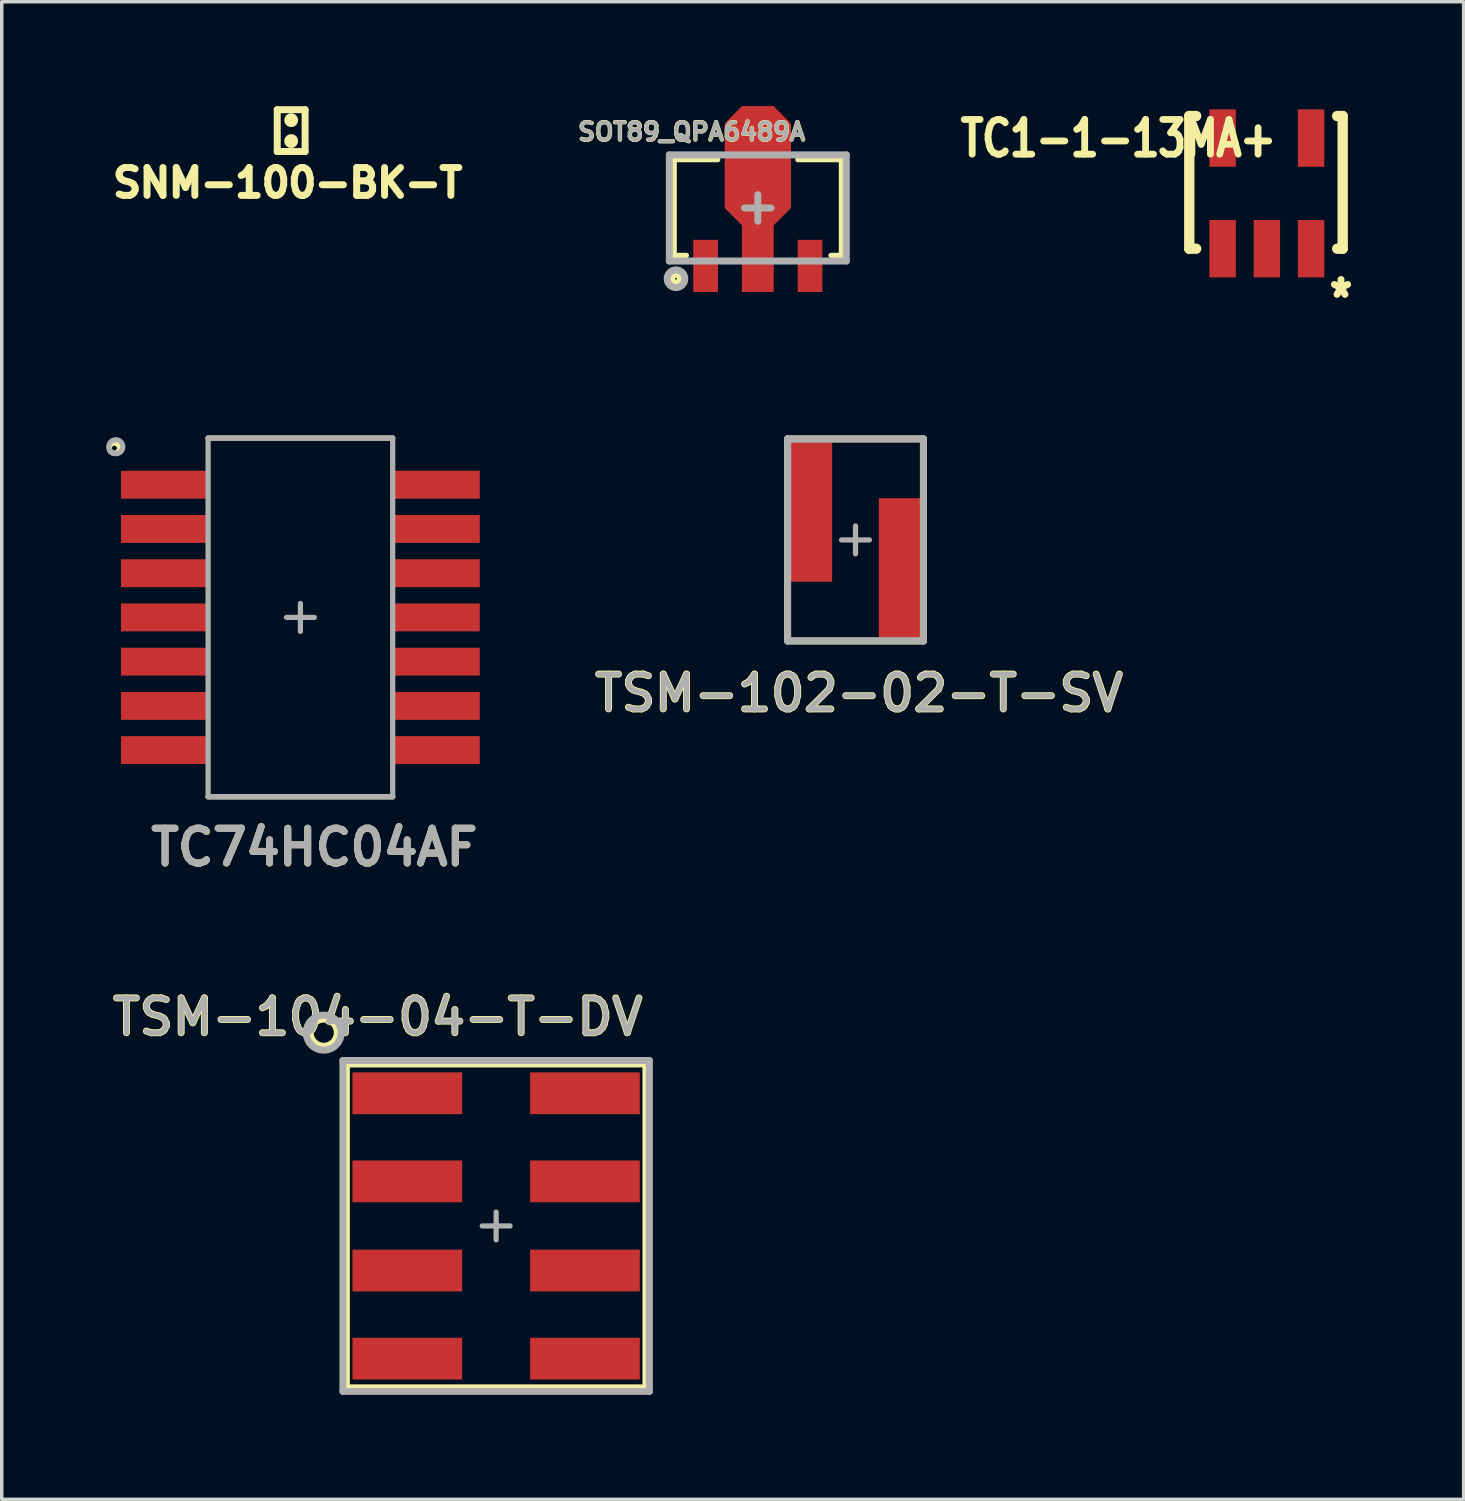
<source format=kicad_pcb>
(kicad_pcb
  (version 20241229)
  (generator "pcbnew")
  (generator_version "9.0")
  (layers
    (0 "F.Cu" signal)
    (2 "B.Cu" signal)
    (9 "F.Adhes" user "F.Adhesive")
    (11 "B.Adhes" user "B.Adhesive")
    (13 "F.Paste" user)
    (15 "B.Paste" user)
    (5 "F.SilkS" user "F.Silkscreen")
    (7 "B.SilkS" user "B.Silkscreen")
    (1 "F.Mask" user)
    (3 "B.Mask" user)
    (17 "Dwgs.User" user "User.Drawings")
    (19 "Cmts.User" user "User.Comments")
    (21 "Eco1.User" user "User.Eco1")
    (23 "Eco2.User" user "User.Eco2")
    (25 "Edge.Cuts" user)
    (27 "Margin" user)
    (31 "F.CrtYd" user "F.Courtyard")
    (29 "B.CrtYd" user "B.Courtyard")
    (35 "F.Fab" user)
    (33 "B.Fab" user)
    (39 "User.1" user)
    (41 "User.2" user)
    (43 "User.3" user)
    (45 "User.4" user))
  (footprint "TC74HC04AF"
    (layer "F.Cu")
    (at 5.575 14.677)
    (property "Reference" "TC74HC04AF" (at 0.4 6.6 0) (layer "F.SilkS") (effects (font (size 1 1) (thickness 0.2))))
    (attr through_hole)
    (fp_line (start -2.65 -5.15) (end 2.65 -5.15) (stroke (width 0.15) (type solid)) (layer "F.SilkS"))
    (fp_line (start -2.65 5.15) (end 2.65 5.15) (stroke (width 0.15) (type solid)) (layer "F.SilkS"))
    (fp_circle (center -5.34 -4.86) (end -5.233 -4.76) (stroke (width 0.152) (type solid)) (fill no) (layer "F.SilkS"))
    (fp_line (start -2.65 -5.15) (end -2.65 5.15) (stroke (width 0.15) (type solid)) (layer "F.Fab"))
    (fp_line (start -2.65 -5.15) (end 2.65 -5.15) (stroke (width 0.15) (type solid)) (layer "F.Fab"))
    (fp_line (start -2.65 5.15) (end 2.65 5.15) (stroke (width 0.15) (type solid)) (layer "F.Fab"))
    (fp_line (start -0.4 0) (end 0.4 0) (stroke (width 0.15) (type solid)) (layer "F.Fab"))
    (fp_line (start 0 -0.4) (end 0 0.4) (stroke (width 0.15) (type solid)) (layer "F.Fab"))
    (fp_line (start 2.65 -5.15) (end 2.65 5.15) (stroke (width 0.15) (type solid)) (layer "F.Fab"))
    (fp_circle (center -5.3 -4.9) (end -5.1 -4.9) (stroke (width 0.15) (type solid)) (fill no) (layer "F.Fab"))
    (fp_text user "${REFERENCE}" (at 0.4 6.6 0) (layer "F.Fab") (effects (font (size 1 1) (thickness 0.2))))
    (pad "1" smd rect (at -3.9 -3.81) (size 2.5 0.8) (layers "F.Cu" "F.Mask" "F.Paste"))
    (pad "2" smd rect (at -3.9 -2.54) (size 2.5 0.8) (layers "F.Cu" "F.Mask" "F.Paste"))
    (pad "3" smd rect (at -3.9 -1.27) (size 2.5 0.8) (layers "F.Cu" "F.Mask" "F.Paste"))
    (pad "4" smd rect (at -3.9 0) (size 2.5 0.8) (layers "F.Cu" "F.Mask" "F.Paste"))
    (pad "5" smd rect (at -3.9 1.27) (size 2.5 0.8) (layers "F.Cu" "F.Mask" "F.Paste"))
    (pad "6" smd rect (at -3.9 2.54) (size 2.5 0.8) (layers "F.Cu" "F.Mask" "F.Paste"))
    (pad "7" smd rect (at -3.9 3.81) (size 2.5 0.8) (layers "F.Cu" "F.Mask" "F.Paste"))
    (pad "8" smd rect (at 3.9 3.81) (size 2.5 0.8) (layers "F.Cu" "F.Mask" "F.Paste"))
    (pad "9" smd rect (at 3.9 2.54) (size 2.5 0.8) (layers "F.Cu" "F.Mask" "F.Paste"))
    (pad "10" smd rect (at 3.9 1.27) (size 2.5 0.8) (layers "F.Cu" "F.Mask" "F.Paste"))
    (pad "11" smd rect (at 3.9 0) (size 2.5 0.8) (layers "F.Cu" "F.Mask" "F.Paste"))
    (pad "12" smd rect (at 3.9 -1.27) (size 2.5 0.8) (layers "F.Cu" "F.Mask" "F.Paste"))
    (pad "13" smd rect (at 3.9 -2.54) (size 2.5 0.8) (layers "F.Cu" "F.Mask" "F.Paste"))
    (pad "14" smd rect (at 3.9 -3.81) (size 2.5 0.8) (layers "F.Cu" "F.Mask" "F.Paste")))
  (footprint "SNM-100-BK-T"
    (layer "F.Cu")
    (at 5.31 0.7)
    (property "Reference" "SNM-100-BK-T" (at -0.1 1.5 0) (layer "F.SilkS") (effects (font (size 0.8 0.8) (thickness 0.2))))
    (attr smd)
    (fp_line (start -0.4 -0.6) (end -0.4 0.6) (stroke (width 0.2) (type solid)) (layer "F.SilkS"))
    (fp_line (start 0.4 -0.6) (end -0.4 -0.6) (stroke (width 0.201) (type solid)) (layer "F.SilkS"))
    (fp_line (start 0.4 -0.6) (end 0.4 0.6) (stroke (width 0.2) (type solid)) (layer "F.SilkS"))
    (fp_line (start 0.4 0.6) (end -0.4 0.6) (stroke (width 0.201) (type solid)) (layer "F.SilkS"))
    (fp_circle (center 0 -0.3) (end 0 -0.2) (stroke (width 0.2) (type solid)) (fill no) (layer "F.SilkS"))
    (fp_circle (center 0 0.3) (end 0.1 0.3) (stroke (width 0.2) (type solid)) (fill no) (layer "F.SilkS")))
  (footprint "TSM-102-02-T-SV"
    (layer "F.Cu")
    (at 21.513 12.452)
    (property "Reference" "TSM-102-02-T-SV" (at 0.1 4.4 0) (layer "F.SilkS") (effects (font (size 1 1) (thickness 0.2))))
    (attr smd)
    (fp_line (start -1.95 -2.9) (end -1.95 2.9) (stroke (width 0.2) (type solid)) (layer "F.SilkS"))
    (fp_line (start -1.95 -2.9) (end 1.95 -2.9) (stroke (width 0.2) (type solid)) (layer "F.SilkS"))
    (fp_line (start -1.95 2.9) (end 1.95 2.9) (stroke (width 0.2) (type solid)) (layer "F.SilkS"))
    (fp_line (start 1.95 -2.9) (end 1.95 2.9) (stroke (width 0.2) (type solid)) (layer "F.SilkS"))
    (fp_line (start -1.95 -2.9) (end 1.95 -2.9) (stroke (width 0.2) (type solid)) (layer "F.Fab"))
    (fp_line (start -1.95 2.9) (end -1.95 -2.9) (stroke (width 0.2) (type solid)) (layer "F.Fab"))
    (fp_line (start -1.95 2.9) (end 1.95 2.9) (stroke (width 0.2) (type solid)) (layer "F.Fab"))
    (fp_line (start -0.4 0) (end 0.4 0) (stroke (width 0.15) (type solid)) (layer "F.Fab"))
    (fp_line (start 0 -0.4) (end 0 0.4) (stroke (width 0.15) (type solid)) (layer "F.Fab"))
    (fp_line (start 1.95 2.9) (end 1.95 -2.9) (stroke (width 0.2) (type solid)) (layer "F.Fab"))
    (fp_text user "${REFERENCE}" (at 0.1 4.4 0) (layer "F.Fab") (effects (font (size 1 1) (thickness 0.15))))
    (pad "1" smd rect (at -1.27 -0.8) (size 1.2 4) (layers "F.Cu" "F.Mask" "F.Paste"))
    (pad "2" smd rect (at 1.27 0.8) (size 1.2 4) (layers "F.Cu" "F.Mask" "F.Paste")))
  (footprint "TC1-1-13MA+"
    (layer "F.Cu")
    (at 33.322 2.506)
    (property "Reference" "TC1-1-13MA+" (at -4.26 -1.58 0) (layer "F.SilkS") (effects (font (size 0.996 0.798) (thickness 0.196))))
    (attr smd)
    (fp_line (start -2.226 -2.225) (end -2.028 -2.225) (stroke (width 0.297) (type solid)) (layer "F.SilkS"))
    (fp_line (start -2.226 1.585) (end -2.226 -2.225) (stroke (width 0.297) (type solid)) (layer "F.SilkS"))
    (fp_line (start -2.226 1.585) (end -2.028 1.585) (stroke (width 0.297) (type solid)) (layer "F.SilkS"))
    (fp_line (start 2.02 1.585) (end 2.178 1.585) (stroke (width 0.297) (type solid)) (layer "F.SilkS"))
    (fp_line (start 2.178 -2.225) (end 2.02 -2.225) (stroke (width 0.297) (type solid)) (layer "F.SilkS"))
    (fp_line (start 2.178 1.585) (end 2.178 -2.225) (stroke (width 0.297) (type solid)) (layer "F.SilkS"))
    (fp_text user "*" (at 2.13 3.015 0) (layer "F.SilkS") (effects (font (size 0.998 0.798) (thickness 0.198))))
    (pad "1" smd rect (at 1.271 1.585) (size 0.759 1.648) (layers "F.Cu" "F.Mask" "F.Paste"))
    (pad "2" smd rect (at 0.001 1.585) (size 0.759 1.648) (layers "F.Cu" "F.Mask" "F.Paste"))
    (pad "3" smd rect (at -1.269 1.585) (size 0.759 1.648) (layers "F.Cu" "F.Mask" "F.Paste"))
    (pad "4" smd rect (at -1.269 -1.592) (size 0.759 1.648) (layers "F.Cu" "F.Mask" "F.Paste"))
    (pad "6" smd rect (at 1.271 -1.592) (size 0.759 1.648) (layers "F.Cu" "F.Mask" "F.Paste")))
  (footprint "TSM-104-04-T-DV"
    (layer "F.Cu")
    (at 11.195 32.149)
    (property "Reference" "TSM-104-04-T-DV" (at -3.4 -6 0) (layer "F.SilkS") (effects (font (size 1 1) (thickness 0.2))))
    (attr smd)
    (fp_line (start -4.3 -4.65) (end -4.3 4.65) (stroke (width 0.2) (type solid)) (layer "F.SilkS"))
    (fp_line (start -4.3 -4.65) (end 4.3 -4.65) (stroke (width 0.2) (type solid)) (layer "F.SilkS"))
    (fp_line (start 4.3 -4.65) (end 4.3 4.65) (stroke (width 0.2) (type solid)) (layer "F.SilkS"))
    (fp_line (start 4.3 4.65) (end -4.3 4.65) (stroke (width 0.2) (type solid)) (layer "F.SilkS"))
    (fp_circle (center -4.95 -5.55) (end -4.65 -5.3) (stroke (width 0.2) (type solid)) (fill no) (layer "F.SilkS"))
    (fp_line (start -4.4 4.75) (end -4.4 -4.75) (stroke (width 0.2) (type solid)) (layer "F.Fab"))
    (fp_line (start -4.4 4.75) (end 4.4 4.75) (stroke (width 0.2) (type solid)) (layer "F.Fab"))
    (fp_line (start -0.4 0) (end 0.4 0) (stroke (width 0.15) (type solid)) (layer "F.Fab"))
    (fp_line (start 0 -0.4) (end 0 0.4) (stroke (width 0.15) (type solid)) (layer "F.Fab"))
    (fp_line (start 4.4 -4.75) (end -4.4 -4.75) (stroke (width 0.2) (type solid)) (layer "F.Fab"))
    (fp_line (start 4.4 -4.75) (end 4.4 4.75) (stroke (width 0.2) (type solid)) (layer "F.Fab"))
    (fp_circle (center -4.95 -5.55) (end -4.45 -5.6) (stroke (width 0.2) (type solid)) (fill no) (layer "F.Fab"))
    (fp_text user "${REFERENCE}" (at -3.4 -6 0) (layer "F.Fab") (effects (font (size 1 1) (thickness 0.15))))
    (pad "1" smd rect (at -2.55 -3.81) (size 3.15 1.2) (layers "F.Cu" "F.Mask" "F.Paste"))
    (pad "2" smd rect (at -2.55 -1.28) (size 3.15 1.2) (layers "F.Cu" "F.Mask" "F.Paste"))
    (pad "3" smd rect (at -2.55 1.28) (size 3.15 1.2) (layers "F.Cu" "F.Mask" "F.Paste"))
    (pad "4" smd rect (at -2.55 3.81) (size 3.15 1.2) (layers "F.Cu" "F.Mask" "F.Paste"))
    (pad "5" smd rect (at 2.55 3.81) (size 3.15 1.2) (layers "F.Cu" "F.Mask" "F.Paste"))
    (pad "6" smd rect (at 2.55 1.28) (size 3.15 1.2) (layers "F.Cu" "F.Mask" "F.Paste"))
    (pad "7" smd rect (at 2.55 -1.28) (size 3.15 1.2) (layers "F.Cu" "F.Mask" "F.Paste"))
    (pad "8" smd rect (at 2.55 -3.81) (size 3.15 1.2) (layers "F.Cu" "F.Mask" "F.Paste")))
  (footprint "SOT89_QPA6489A"
    (layer "F.Cu")
    (at 18.708 5.334)
    (property "Reference" "SOT89_QPA6489A" (at -1.9 -4.6 0) (layer "F.SilkS") (effects (font (size 0.5 0.5) (thickness 0.125))))
    (attr through_hole)
    (fp_line (start -2.4 -3.8) (end -1.15 -3.8) (stroke (width 0.15) (type solid)) (layer "F.SilkS"))
    (fp_line (start -2.4 -1.05) (end -2.4 -3.8) (stroke (width 0.15) (type solid)) (layer "F.SilkS"))
    (fp_line (start -2.05 -1.05) (end -2.4 -1.05) (stroke (width 0.15) (type solid)) (layer "F.SilkS"))
    (fp_line (start 2.1 -1.05) (end 2.4 -1.05) (stroke (width 0.15) (type solid)) (layer "F.SilkS"))
    (fp_line (start 2.4 -3.8) (end 1.15 -3.8) (stroke (width 0.15) (type solid)) (layer "F.SilkS"))
    (fp_line (start 2.4 -1.05) (end 2.4 -3.8) (stroke (width 0.15) (type solid)) (layer "F.SilkS"))
    (fp_circle (center -2.349 -0.381) (end -2.223 -0.381) (stroke (width 0.2) (type solid)) (fill no) (layer "F.SilkS"))
    (fp_line (start -2.54 -3.937) (end -2.54 -0.889) (stroke (width 0.2) (type solid)) (layer "F.Fab"))
    (fp_line (start -2.54 -0.889) (end 2.54 -0.889) (stroke (width 0.2) (type solid)) (layer "F.Fab"))
    (fp_line (start -0.381 -2.413) (end 0.381 -2.413) (stroke (width 0.2) (type solid)) (layer "F.Fab"))
    (fp_line (start 0 -2.794) (end 0 -2.032) (stroke (width 0.2) (type solid)) (layer "F.Fab"))
    (fp_line (start 2.54 -3.937) (end -2.54 -3.937) (stroke (width 0.2) (type solid)) (layer "F.Fab"))
    (fp_line (start 2.54 -0.889) (end 2.54 -3.937) (stroke (width 0.2) (type solid)) (layer "F.Fab"))
    (fp_circle (center -2.349 -0.381) (end -2.095 -0.381) (stroke (width 0.2) (type solid)) (fill no) (layer "F.Fab"))
    (fp_text user "${REFERENCE}" (at -1.9 -4.6 0) (layer "F.Fab") (effects (font (size 0.5 0.5) (thickness 0.1))))
    (pad "1" smd rect (at -1.499 -0.749) (size 0.711 1.499) (layers "F.Cu" "F.Mask" "F.Paste"))
    (pad "2" smd trapezoid (at 0 -5.086) (size 1.41 0.495) (rect_delta 0 0.495) (layers "F.Cu" "F.Mask" "F.Paste"))
    (pad "2" smd rect (at 0 -3.626) (size 1.905 2.426) (layers "F.Cu" "F.Mask" "F.Paste"))
    (pad "2" smd rect (at 0 -2.667) (size 0.914 5.334) (layers "F.Cu" "F.Mask" "F.Paste"))
    (pad "2" smd trapezoid (at 0 -2.165 180) (size 1.41 0.495) (rect_delta 0 0.495) (layers "F.Cu" "F.Mask" "F.Paste"))
    (pad "3" smd rect (at 1.499 -0.749) (size 0.711 1.499) (layers "F.Cu" "F.Mask" "F.Paste")))
  (gr_rect
    (start -3 -3)
    (end 38.973 39.999)
    (stroke (width 0.1) (type default))
    (fill no)
    (layer "Edge.Cuts")))
</source>
